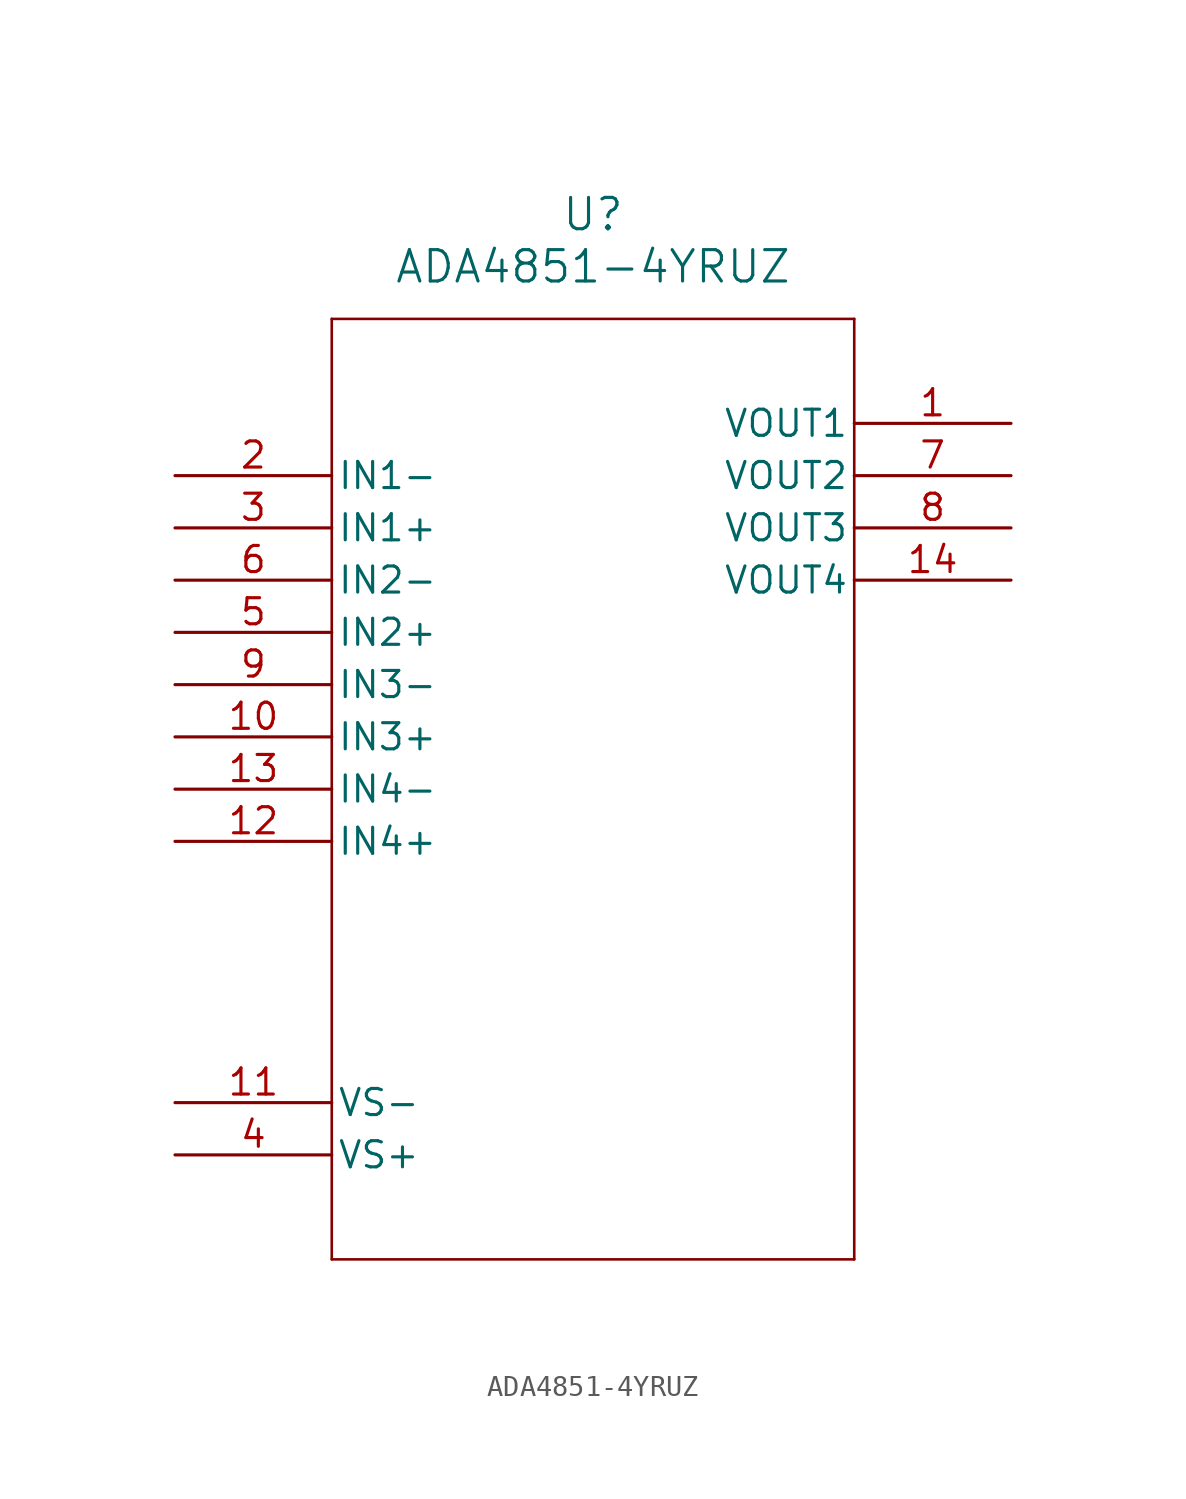
<source format=kicad_sym>
(kicad_symbol_lib
  (version 20211014)
  (generator kicad_symbol_editor)
  (symbol "ADA4851-4YRUZ"
    (pin_names
      (offset 0.254))
    (property "Reference" "U"
      (at 20.32 12.7 0)
      (effects (font (size 1.524 1.524))))
    (property "Value" "ADA4851-4YRUZ"
      (at 20.32 10.16 0)
      (effects (font (size 1.524 1.524))))
    (symbol "ADA4851-4YRUZ_0_1"
      (polyline (pts (xy 7.62 7.62) (xy 7.62 -38.1)) (stroke (width 0.127) (type default) (color 0 0 0 0)) (fill (type none)))
      (polyline (pts (xy 7.62 -38.1) (xy 33.02 -38.1)) (stroke (width 0.127) (type default) (color 0 0 0 0)) (fill (type none)))
      (polyline (pts (xy 33.02 -38.1) (xy 33.02 7.62)) (stroke (width 0.127) (type default) (color 0 0 0 0)) (fill (type none)))
      (polyline (pts (xy 33.02 7.62) (xy 7.62 7.62)) (stroke (width 0.127) (type default) (color 0 0 0 0)) (fill (type none)))
      (pin output line (at 40.64 2.54 180) (length 7.62) (name "VOUT1" (effects (font (size 1.27 1.27)))) (number "1" (effects (font (size 1.27 1.27)))))
      (pin input line (at 0 0 0) (length 7.62) (name "IN1-" (effects (font (size 1.27 1.27)))) (number "2" (effects (font (size 1.27 1.27)))))
      (pin input line (at 0 -2.54 0) (length 7.62) (name "IN1+" (effects (font (size 1.27 1.27)))) (number "3" (effects (font (size 1.27 1.27)))))
      (pin power_in line (at 0 -33.02 0) (length 7.62) (name "VS+" (effects (font (size 1.27 1.27)))) (number "4" (effects (font (size 1.27 1.27)))))
      (pin input line (at 0 -7.62 0) (length 7.62) (name "IN2+" (effects (font (size 1.27 1.27)))) (number "5" (effects (font (size 1.27 1.27)))))
      (pin input line (at 0 -5.08 0) (length 7.62) (name "IN2-" (effects (font (size 1.27 1.27)))) (number "6" (effects (font (size 1.27 1.27)))))
      (pin output line (at 40.64 0 180) (length 7.62) (name "VOUT2" (effects (font (size 1.27 1.27)))) (number "7" (effects (font (size 1.27 1.27)))))
      (pin output line (at 40.64 -2.54 180) (length 7.62) (name "VOUT3" (effects (font (size 1.27 1.27)))) (number "8" (effects (font (size 1.27 1.27)))))
      (pin input line (at 0 -10.16 0) (length 7.62) (name "IN3-" (effects (font (size 1.27 1.27)))) (number "9" (effects (font (size 1.27 1.27)))))
      (pin input line (at 0 -12.7 0) (length 7.62) (name "IN3+" (effects (font (size 1.27 1.27)))) (number "10" (effects (font (size 1.27 1.27)))))
      (pin power_in line (at 0 -30.48 0) (length 7.62) (name "VS-" (effects (font (size 1.27 1.27)))) (number "11" (effects (font (size 1.27 1.27)))))
      (pin input line (at 0 -17.78 0) (length 7.62) (name "IN4+" (effects (font (size 1.27 1.27)))) (number "12" (effects (font (size 1.27 1.27)))))
      (pin input line (at 0 -15.24 0) (length 7.62) (name "IN4-" (effects (font (size 1.27 1.27)))) (number "13" (effects (font (size 1.27 1.27)))))
      (pin output line (at 40.64 -5.08 180) (length 7.62) (name "VOUT4" (effects (font (size 1.27 1.27)))) (number "14" (effects (font (size 1.27 1.27))))))))
</source>
